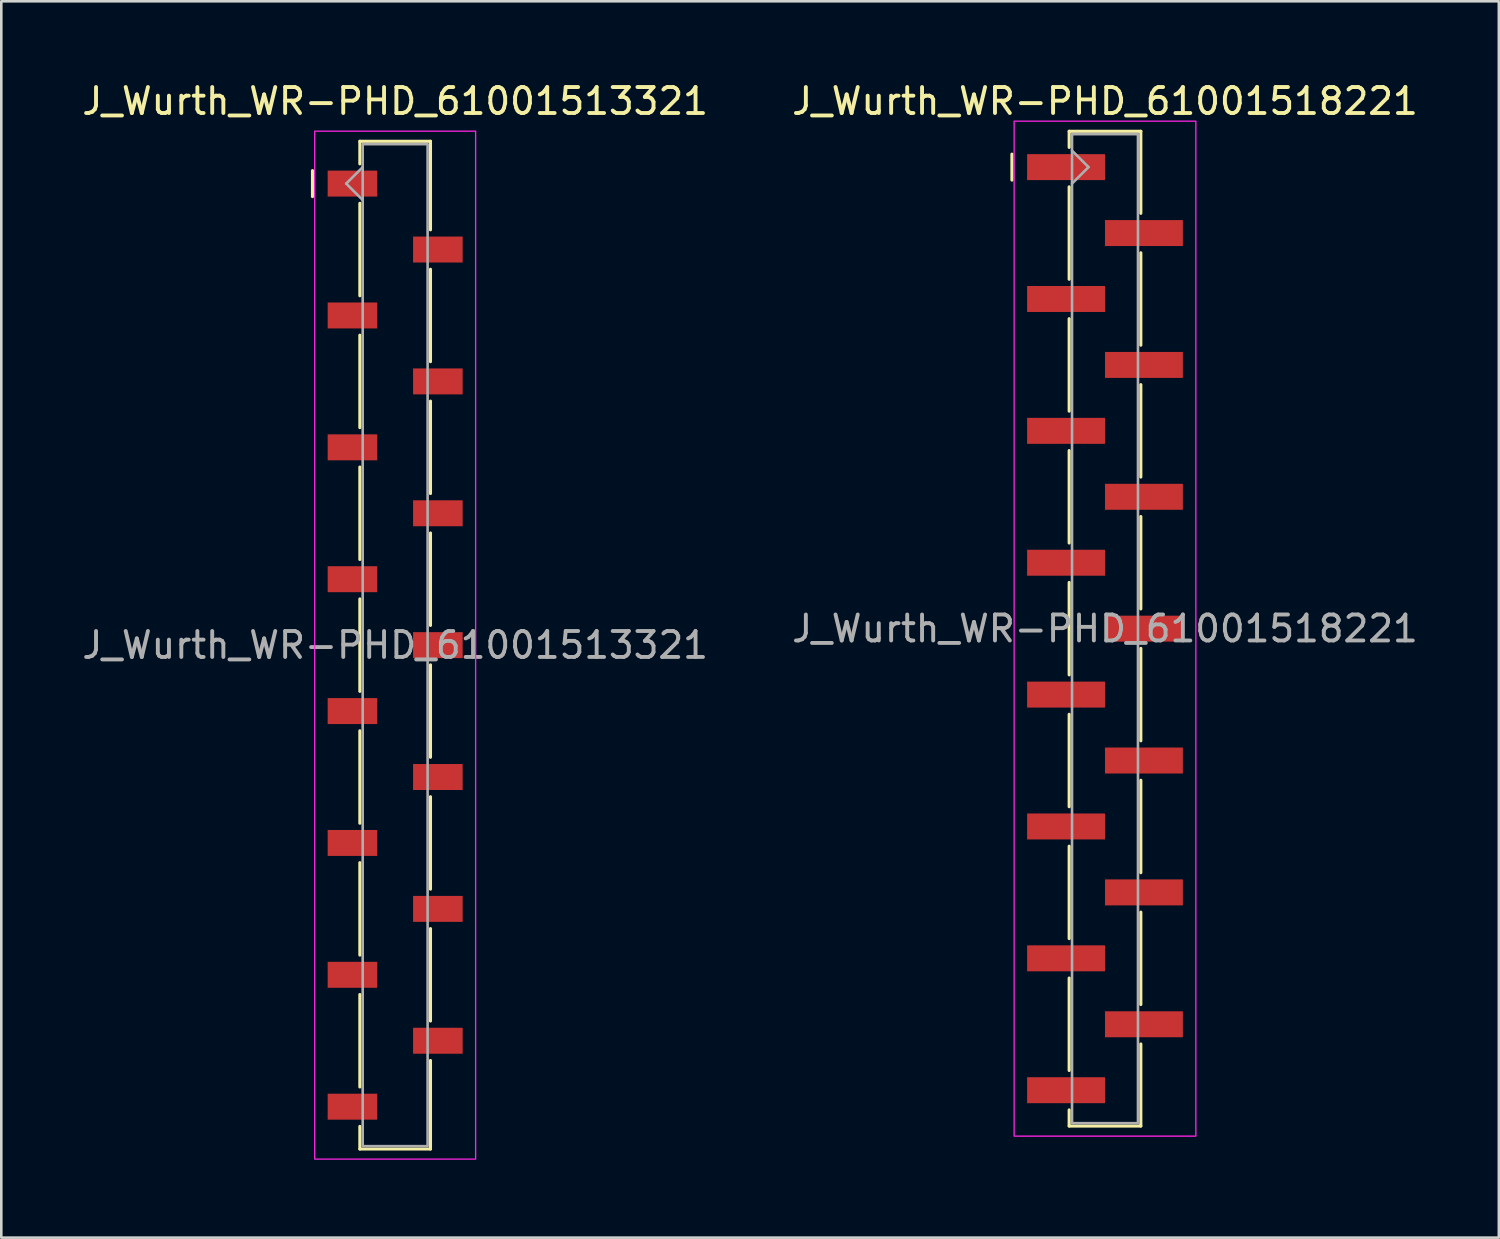
<source format=kicad_pcb>
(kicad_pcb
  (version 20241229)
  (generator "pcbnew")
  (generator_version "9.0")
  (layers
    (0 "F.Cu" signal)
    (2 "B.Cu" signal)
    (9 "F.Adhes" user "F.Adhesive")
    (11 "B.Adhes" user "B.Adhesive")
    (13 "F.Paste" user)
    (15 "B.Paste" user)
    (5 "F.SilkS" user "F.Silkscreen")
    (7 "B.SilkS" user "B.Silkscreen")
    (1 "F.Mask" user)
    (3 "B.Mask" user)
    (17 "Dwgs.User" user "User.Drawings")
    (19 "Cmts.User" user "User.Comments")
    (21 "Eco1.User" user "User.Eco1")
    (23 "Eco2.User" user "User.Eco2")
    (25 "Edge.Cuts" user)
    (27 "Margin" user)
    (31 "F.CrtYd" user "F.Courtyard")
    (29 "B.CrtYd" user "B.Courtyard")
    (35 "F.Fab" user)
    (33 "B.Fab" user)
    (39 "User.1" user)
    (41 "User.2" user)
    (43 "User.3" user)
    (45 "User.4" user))
  (footprint "J_Wurth_WR-PHD_61001513321"
    (layer "F.Cu")
    (at 12.173 21.803)
    (property "Reference" "J_Wurth_WR-PHD_61001513321" (at 0 -20.955 0) (unlocked yes) (layer "F.SilkS") (effects (font (size 1 1) (thickness 0.15))))
    (attr smd)
    (fp_line (start -3.185 -18.28) (end -3.185 -17.28) (stroke (width 0.12) (type solid)) (layer "F.SilkS"))
    (fp_line (start -1.36 -19.41) (end -1.36 -18.54) (stroke (width 0.12) (type solid)) (layer "F.SilkS"))
    (fp_line (start -1.36 -19.41) (end 1.36 -19.41) (stroke (width 0.12) (type solid)) (layer "F.SilkS"))
    (fp_line (start -1.36 -17.02) (end -1.36 -13.46) (stroke (width 0.12) (type solid)) (layer "F.SilkS"))
    (fp_line (start -1.36 -11.94) (end -1.36 -8.38) (stroke (width 0.12) (type solid)) (layer "F.SilkS"))
    (fp_line (start -1.36 -6.86) (end -1.36 -3.3) (stroke (width 0.12) (type solid)) (layer "F.SilkS"))
    (fp_line (start -1.36 -1.78) (end -1.36 1.78) (stroke (width 0.12) (type solid)) (layer "F.SilkS"))
    (fp_line (start -1.36 3.3) (end -1.36 6.86) (stroke (width 0.12) (type solid)) (layer "F.SilkS"))
    (fp_line (start -1.36 8.38) (end -1.36 11.94) (stroke (width 0.12) (type solid)) (layer "F.SilkS"))
    (fp_line (start -1.36 13.46) (end -1.36 17.02) (stroke (width 0.12) (type solid)) (layer "F.SilkS"))
    (fp_line (start -1.36 18.54) (end -1.36 19.41) (stroke (width 0.12) (type solid)) (layer "F.SilkS"))
    (fp_line (start -1.36 19.41) (end 1.36 19.41) (stroke (width 0.12) (type solid)) (layer "F.SilkS"))
    (fp_line (start 1.36 -19.41) (end 1.36 -16) (stroke (width 0.12) (type solid)) (layer "F.SilkS"))
    (fp_line (start 1.36 -14.48) (end 1.36 -10.92) (stroke (width 0.12) (type solid)) (layer "F.SilkS"))
    (fp_line (start 1.36 -9.4) (end 1.36 -5.84) (stroke (width 0.12) (type solid)) (layer "F.SilkS"))
    (fp_line (start 1.36 -4.32) (end 1.36 -0.76) (stroke (width 0.12) (type solid)) (layer "F.SilkS"))
    (fp_line (start 1.36 0.76) (end 1.36 4.32) (stroke (width 0.12) (type solid)) (layer "F.SilkS"))
    (fp_line (start 1.36 5.84) (end 1.36 9.4) (stroke (width 0.12) (type solid)) (layer "F.SilkS"))
    (fp_line (start 1.36 10.92) (end 1.36 14.48) (stroke (width 0.12) (type solid)) (layer "F.SilkS"))
    (fp_line (start 1.36 16) (end 1.36 19.41) (stroke (width 0.12) (type solid)) (layer "F.SilkS"))
    (fp_rect (start -3.1 -19.8) (end 3.1 19.8) (stroke (width 0.05) (type solid)) (fill no) (layer "F.CrtYd"))
    (fp_line (start -1.885 -17.78) (end -1.25 -17.145) (stroke (width 0.1) (type default)) (layer "F.Fab"))
    (fp_line (start -1.25 -18.415) (end -1.885 -17.78) (stroke (width 0.1) (type default)) (layer "F.Fab"))
    (fp_rect (start -1.25 -19.3) (end 1.25 19.3) (stroke (width 0.1) (type solid)) (fill no) (layer "F.Fab"))
    (fp_text user "${REFERENCE}" (at 0 0 0) (unlocked yes) (layer "F.Fab") (effects (font (size 1 1) (thickness 0.15))))
    (pad "1" smd rect (at -1.645 -17.78 270) (size 1 1.91) (layers "F.Cu" "F.Mask" "F.Paste"))
    (pad "2" smd rect (at 1.645 -15.24 270) (size 1 1.91) (layers "F.Cu" "F.Mask" "F.Paste"))
    (pad "3" smd rect (at -1.645 -12.7 270) (size 1 1.91) (layers "F.Cu" "F.Mask" "F.Paste"))
    (pad "4" smd rect (at 1.645 -10.16 270) (size 1 1.91) (layers "F.Cu" "F.Mask" "F.Paste"))
    (pad "5" smd rect (at -1.645 -7.62 270) (size 1 1.91) (layers "F.Cu" "F.Mask" "F.Paste"))
    (pad "6" smd rect (at 1.645 -5.08 270) (size 1 1.91) (layers "F.Cu" "F.Mask" "F.Paste"))
    (pad "7" smd rect (at -1.645 -2.54 270) (size 1 1.91) (layers "F.Cu" "F.Mask" "F.Paste"))
    (pad "8" smd rect (at 1.645 0 270) (size 1 1.91) (layers "F.Cu" "F.Mask" "F.Paste"))
    (pad "9" smd rect (at -1.645 2.54 270) (size 1 1.91) (layers "F.Cu" "F.Mask" "F.Paste"))
    (pad "10" smd rect (at 1.645 5.08 270) (size 1 1.91) (layers "F.Cu" "F.Mask" "F.Paste"))
    (pad "11" smd rect (at -1.645 7.62 270) (size 1 1.91) (layers "F.Cu" "F.Mask" "F.Paste"))
    (pad "12" smd rect (at 1.645 10.16 270) (size 1 1.91) (layers "F.Cu" "F.Mask" "F.Paste"))
    (pad "13" smd rect (at -1.645 12.7 270) (size 1 1.91) (layers "F.Cu" "F.Mask" "F.Paste"))
    (pad "13" smd rect (at -1.645 17.78 270) (size 1 1.91) (layers "F.Cu" "F.Mask" "F.Paste"))
    (pad "14" smd rect (at 1.645 15.24 270) (size 1 1.91) (layers "F.Cu" "F.Mask" "F.Paste")))
  (footprint "J_Wurth_WR-PHD_61001518221"
    (layer "F.Cu")
    (at 39.518 21.168)
    (property "Reference" "J_Wurth_WR-PHD_61001518221" (at 0 -20.32 0) (unlocked yes) (layer "F.SilkS") (effects (font (size 1 1) (thickness 0.15))))
    (attr smd)
    (fp_line (start -3.585 -18.28) (end -3.585 -17.28) (stroke (width 0.12) (type solid)) (layer "F.SilkS"))
    (fp_line (start -1.38 -19.16) (end -1.38 -18.54) (stroke (width 0.12) (type solid)) (layer "F.SilkS"))
    (fp_line (start -1.38 -19.16) (end 1.38 -19.16) (stroke (width 0.12) (type solid)) (layer "F.SilkS"))
    (fp_line (start -1.38 -17.02) (end -1.38 -13.46) (stroke (width 0.12) (type solid)) (layer "F.SilkS"))
    (fp_line (start -1.38 -11.94) (end -1.38 -8.38) (stroke (width 0.12) (type solid)) (layer "F.SilkS"))
    (fp_line (start -1.38 -6.86) (end -1.38 -3.3) (stroke (width 0.12) (type solid)) (layer "F.SilkS"))
    (fp_line (start -1.38 -1.78) (end -1.38 1.78) (stroke (width 0.12) (type solid)) (layer "F.SilkS"))
    (fp_line (start -1.38 3.3) (end -1.38 6.86) (stroke (width 0.12) (type solid)) (layer "F.SilkS"))
    (fp_line (start -1.38 8.38) (end -1.38 11.94) (stroke (width 0.12) (type solid)) (layer "F.SilkS"))
    (fp_line (start -1.38 13.46) (end -1.38 17.02) (stroke (width 0.12) (type solid)) (layer "F.SilkS"))
    (fp_line (start -1.38 19.16) (end -1.38 18.54) (stroke (width 0.12) (type solid)) (layer "F.SilkS"))
    (fp_line (start 1.38 -19.16) (end 1.38 -16) (stroke (width 0.12) (type solid)) (layer "F.SilkS"))
    (fp_line (start 1.38 -10.92) (end 1.38 -14.48) (stroke (width 0.12) (type solid)) (layer "F.SilkS"))
    (fp_line (start 1.38 -9.4) (end 1.38 -5.84) (stroke (width 0.12) (type solid)) (layer "F.SilkS"))
    (fp_line (start 1.38 -4.32) (end 1.38 -0.76) (stroke (width 0.12) (type solid)) (layer "F.SilkS"))
    (fp_line (start 1.38 0.76) (end 1.38 4.32) (stroke (width 0.12) (type solid)) (layer "F.SilkS"))
    (fp_line (start 1.38 5.84) (end 1.38 9.4) (stroke (width 0.12) (type solid)) (layer "F.SilkS"))
    (fp_line (start 1.38 10.92) (end 1.38 14.48) (stroke (width 0.12) (type solid)) (layer "F.SilkS"))
    (fp_line (start 1.38 19.16) (end -1.38 19.16) (stroke (width 0.12) (type solid)) (layer "F.SilkS"))
    (fp_line (start 1.38 19.16) (end 1.38 16) (stroke (width 0.12) (type solid)) (layer "F.SilkS"))
    (fp_rect (start -3.5 -19.55) (end 3.5 19.55) (stroke (width 0.05) (type solid)) (fill no) (layer "F.CrtYd"))
    (fp_line (start -1.27 -18.415) (end -0.635 -17.78) (stroke (width 0.1) (type default)) (layer "F.Fab"))
    (fp_line (start -0.635 -17.78) (end -1.27 -17.145) (stroke (width 0.1) (type default)) (layer "F.Fab"))
    (fp_rect (start -1.27 -19.05) (end 1.27 19.05) (stroke (width 0.1) (type solid)) (fill no) (layer "F.Fab"))
    (fp_text user "${REFERENCE}" (at 0 0 0) (unlocked yes) (layer "F.Fab") (effects (font (size 1 1) (thickness 0.15))))
    (pad "1" smd rect (at -1.5 -17.78 270) (size 1 3) (layers "F.Cu" "F.Mask" "F.Paste"))
    (pad "2" smd rect (at 1.5 -15.24 270) (size 1 3) (layers "F.Cu" "F.Mask" "F.Paste"))
    (pad "3" smd rect (at -1.5 -12.7 270) (size 1 3) (layers "F.Cu" "F.Mask" "F.Paste"))
    (pad "4" smd rect (at 1.5 -10.16 270) (size 1 3) (layers "F.Cu" "F.Mask" "F.Paste"))
    (pad "5" smd rect (at -1.5 -7.62 270) (size 1 3) (layers "F.Cu" "F.Mask" "F.Paste"))
    (pad "6" smd rect (at 1.5 -5.08 270) (size 1 3) (layers "F.Cu" "F.Mask" "F.Paste"))
    (pad "7" smd rect (at -1.5 -2.54 270) (size 1 3) (layers "F.Cu" "F.Mask" "F.Paste"))
    (pad "8" smd rect (at 1.5 0 270) (size 1 3) (layers "F.Cu" "F.Mask" "F.Paste"))
    (pad "9" smd rect (at -1.5 2.54 270) (size 1 3) (layers "F.Cu" "F.Mask" "F.Paste"))
    (pad "10" smd rect (at 1.5 5.08 270) (size 1 3) (layers "F.Cu" "F.Mask" "F.Paste"))
    (pad "11" smd rect (at -1.5 7.62 270) (size 1 3) (layers "F.Cu" "F.Mask" "F.Paste"))
    (pad "12" smd rect (at 1.5 10.16 270) (size 1 3) (layers "F.Cu" "F.Mask" "F.Paste"))
    (pad "13" smd rect (at -1.5 12.7 270) (size 1 3) (layers "F.Cu" "F.Mask" "F.Paste"))
    (pad "14" smd rect (at 1.5 15.24 270) (size 1 3) (layers "F.Cu" "F.Mask" "F.Paste"))
    (pad "15" smd rect (at -1.5 17.78 270) (size 1 3) (layers "F.Cu" "F.Mask" "F.Paste")))
  (gr_rect
    (start -3 -3)
    (end 54.69 44.628)
    (stroke (width 0.1) (type default))
    (fill no)
    (layer "Edge.Cuts")))
</source>
